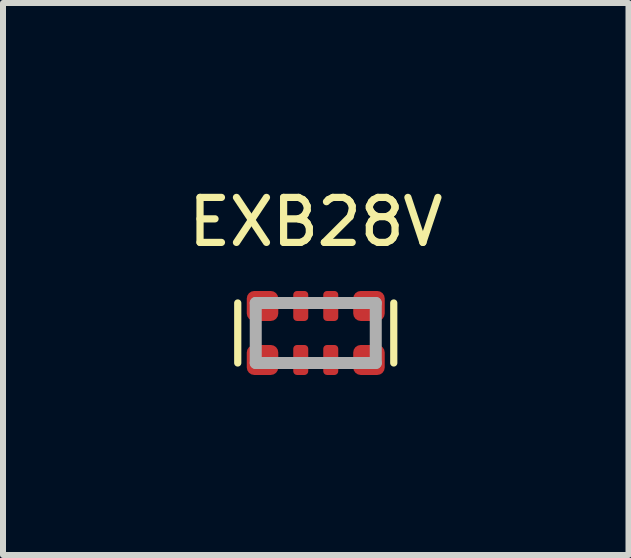
<source format=kicad_pcb>
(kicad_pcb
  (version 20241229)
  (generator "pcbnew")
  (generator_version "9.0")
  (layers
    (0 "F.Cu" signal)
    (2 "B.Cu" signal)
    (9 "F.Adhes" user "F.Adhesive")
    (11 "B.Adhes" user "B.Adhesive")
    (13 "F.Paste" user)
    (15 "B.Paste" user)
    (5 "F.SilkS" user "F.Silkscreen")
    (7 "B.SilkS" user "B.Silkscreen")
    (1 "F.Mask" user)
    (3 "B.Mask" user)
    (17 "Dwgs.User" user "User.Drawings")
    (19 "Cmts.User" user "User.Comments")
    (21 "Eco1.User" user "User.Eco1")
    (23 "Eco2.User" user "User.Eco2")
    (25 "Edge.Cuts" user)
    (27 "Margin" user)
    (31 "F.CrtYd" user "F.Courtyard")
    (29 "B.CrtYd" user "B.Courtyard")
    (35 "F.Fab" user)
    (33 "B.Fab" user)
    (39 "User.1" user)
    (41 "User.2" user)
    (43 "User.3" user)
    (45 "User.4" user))
  (footprint "EXB28V"
    (layer "F.Cu")
    (at 2.212 2.499)
    (property "Reference" "EXB28V" (at 0 -1.85 0) (layer "F.SilkS") (effects (font (size 0.75 0.75) (thickness 0.12))))
    (attr smd)
    (fp_line (start -1.3 -0.5) (end -1.3 0.5) (stroke (width 0.12) (type default)) (layer "F.SilkS"))
    (fp_line (start 1.3 -0.5) (end 1.3 0.5) (stroke (width 0.12) (type default)) (layer "F.SilkS"))
    (fp_line (start -1 -0.5) (end 1 -0.5) (stroke (width 0.2) (type solid)) (layer "F.Fab"))
    (fp_line (start -1 0.5) (end -1 -0.5) (stroke (width 0.2) (type solid)) (layer "F.Fab"))
    (fp_line (start 1 -0.5) (end 1 0.5) (stroke (width 0.2) (type solid)) (layer "F.Fab"))
    (fp_line (start 1 0.5) (end -1 0.5) (stroke (width 0.2) (type solid)) (layer "F.Fab"))
    (pad "1" smd roundrect (at -0.887 0.45) (size 0.525 0.5) (layers "F.Cu" "F.Mask" "F.Paste") (roundrect_rratio 0.25))
    (pad "2" smd roundrect (at -0.887 -0.45) (size 0.525 0.5) (layers "F.Cu" "F.Mask" "F.Paste") (roundrect_rratio 0.25))
    (pad "3" smd roundrect (at -0.25 0.45) (size 0.25 0.5) (layers "F.Cu" "F.Mask" "F.Paste") (roundrect_rratio 0.25))
    (pad "4" smd roundrect (at -0.25 -0.45) (size 0.25 0.5) (layers "F.Cu" "F.Mask" "F.Paste") (roundrect_rratio 0.25))
    (pad "5" smd roundrect (at 0.25 0.45) (size 0.25 0.5) (layers "F.Cu" "F.Mask" "F.Paste") (roundrect_rratio 0.25))
    (pad "6" smd roundrect (at 0.25 -0.45) (size 0.25 0.5) (layers "F.Cu" "F.Mask" "F.Paste") (roundrect_rratio 0.25))
    (pad "7" smd roundrect (at 0.887 0.45) (size 0.525 0.5) (layers "F.Cu" "F.Mask" "F.Paste") (roundrect_rratio 0.25))
    (pad "8" smd roundrect (at 0.887 -0.45) (size 0.525 0.5) (layers "F.Cu" "F.Mask" "F.Paste") (roundrect_rratio 0.25)))
  (gr_rect
    (start -3 -3)
    (end 7.424 6.199)
    (stroke (width 0.1) (type default))
    (fill no)
    (layer "Edge.Cuts")))
</source>
